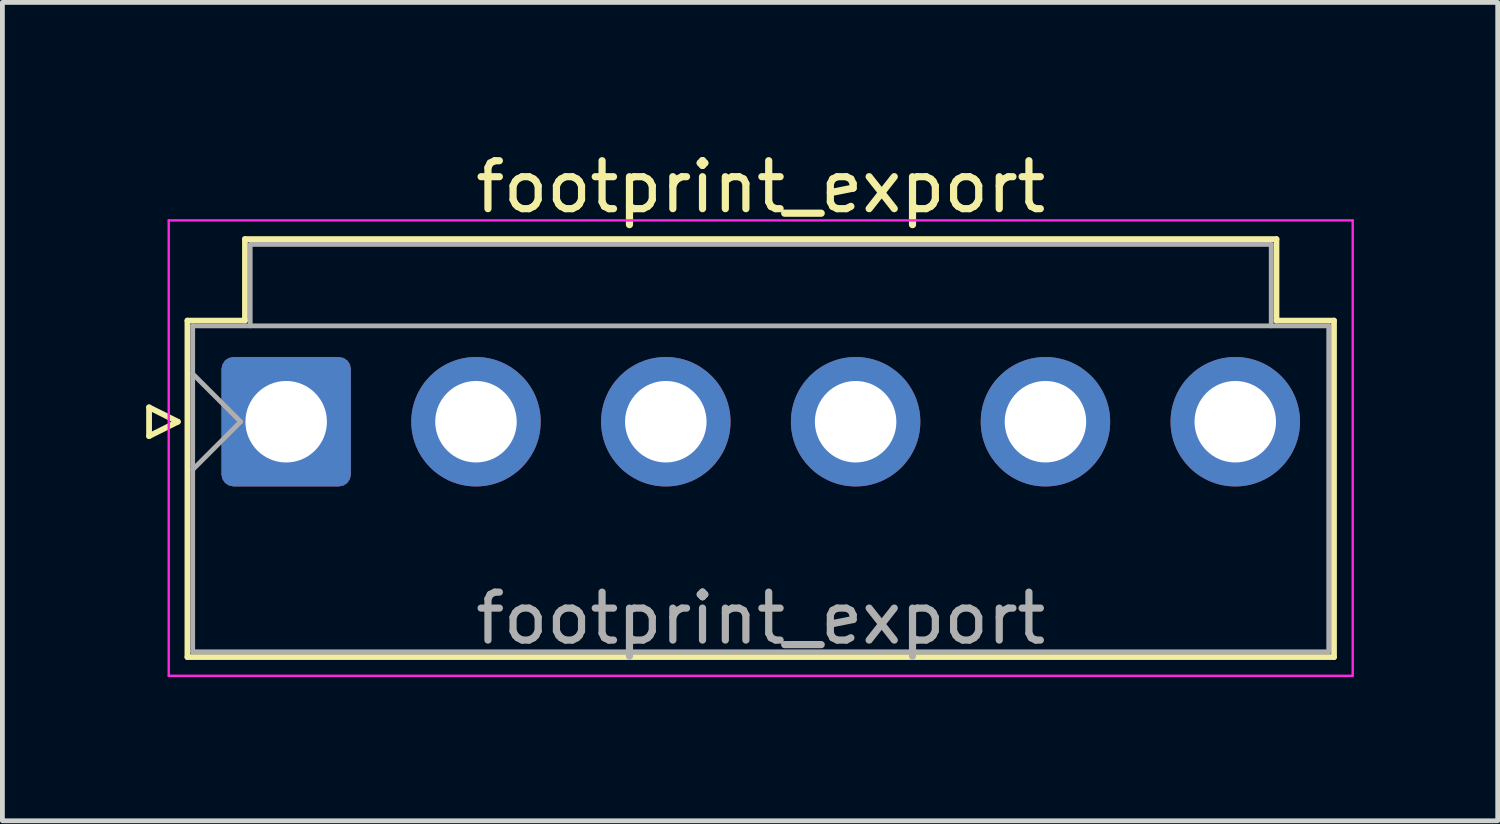
<source format=kicad_pcb>
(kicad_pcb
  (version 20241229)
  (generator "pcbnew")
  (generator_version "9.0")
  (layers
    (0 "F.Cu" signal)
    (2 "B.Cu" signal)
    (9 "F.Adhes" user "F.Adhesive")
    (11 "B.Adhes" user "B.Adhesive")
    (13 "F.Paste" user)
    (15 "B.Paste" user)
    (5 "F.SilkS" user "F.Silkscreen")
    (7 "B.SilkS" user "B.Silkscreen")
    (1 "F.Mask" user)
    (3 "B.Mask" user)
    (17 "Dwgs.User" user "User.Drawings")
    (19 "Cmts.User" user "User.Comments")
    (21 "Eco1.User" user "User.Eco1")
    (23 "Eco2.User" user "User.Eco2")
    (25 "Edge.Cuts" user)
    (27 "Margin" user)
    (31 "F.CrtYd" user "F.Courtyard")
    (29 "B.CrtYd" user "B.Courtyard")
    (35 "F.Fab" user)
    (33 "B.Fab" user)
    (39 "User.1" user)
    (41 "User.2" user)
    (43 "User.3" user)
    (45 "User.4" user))
  (footprint "footprint_export"
    (layer "F.Cu")
    (at 2.92 5.748)
    (property "Reference" "footprint_export" (at 9.9 -4.9 0) (layer "F.SilkS") (effects (font (size 1 1) (thickness 0.15))))
    (attr through_hole)
    (fp_line (start -2.86 -0.3) (end -2.26 0) (stroke (width 0.12) (type solid)) (layer "F.SilkS"))
    (fp_line (start -2.86 0.3) (end -2.86 -0.3) (stroke (width 0.12) (type solid)) (layer "F.SilkS"))
    (fp_line (start -2.26 0) (end -2.86 0.3) (stroke (width 0.12) (type solid)) (layer "F.SilkS"))
    (fp_line (start -2.06 -2.11) (end -0.86 -2.11) (stroke (width 0.12) (type solid)) (layer "F.SilkS"))
    (fp_line (start -2.06 4.91) (end -2.06 -2.11) (stroke (width 0.12) (type solid)) (layer "F.SilkS"))
    (fp_line (start -0.86 -3.81) (end 20.66 -3.81) (stroke (width 0.12) (type solid)) (layer "F.SilkS"))
    (fp_line (start -0.86 -2.11) (end -0.86 -3.81) (stroke (width 0.12) (type solid)) (layer "F.SilkS"))
    (fp_line (start 20.66 -3.81) (end 20.66 -2.11) (stroke (width 0.12) (type solid)) (layer "F.SilkS"))
    (fp_line (start 20.66 -2.11) (end 21.86 -2.11) (stroke (width 0.12) (type solid)) (layer "F.SilkS"))
    (fp_line (start 21.86 -2.11) (end 21.86 4.91) (stroke (width 0.12) (type solid)) (layer "F.SilkS"))
    (fp_line (start 21.86 4.91) (end -2.06 4.91) (stroke (width 0.12) (type solid)) (layer "F.SilkS"))
    (fp_line (start -2.45 -4.2) (end -2.45 5.3) (stroke (width 0.05) (type solid)) (layer "F.CrtYd"))
    (fp_line (start -2.45 5.3) (end 22.25 5.3) (stroke (width 0.05) (type solid)) (layer "F.CrtYd"))
    (fp_line (start 22.25 -4.2) (end -2.45 -4.2) (stroke (width 0.05) (type solid)) (layer "F.CrtYd"))
    (fp_line (start 22.25 5.3) (end 22.25 -4.2) (stroke (width 0.05) (type solid)) (layer "F.CrtYd"))
    (fp_line (start -1.95 -2) (end -1.95 4.8) (stroke (width 0.1) (type solid)) (layer "F.Fab"))
    (fp_line (start -1.95 -1) (end -0.95 0) (stroke (width 0.1) (type solid)) (layer "F.Fab"))
    (fp_line (start -1.95 1) (end -0.95 0) (stroke (width 0.1) (type solid)) (layer "F.Fab"))
    (fp_line (start -1.95 4.8) (end 21.75 4.8) (stroke (width 0.1) (type solid)) (layer "F.Fab"))
    (fp_line (start -0.75 -3.7) (end 20.55 -3.7) (stroke (width 0.1) (type solid)) (layer "F.Fab"))
    (fp_line (start -0.75 -2) (end -0.75 -3.7) (stroke (width 0.1) (type solid)) (layer "F.Fab"))
    (fp_line (start 20.55 -3.7) (end 20.55 -2) (stroke (width 0.1) (type solid)) (layer "F.Fab"))
    (fp_line (start 21.75 -2) (end -1.95 -2) (stroke (width 0.1) (type solid)) (layer "F.Fab"))
    (fp_line (start 21.75 4.8) (end 21.75 -2) (stroke (width 0.1) (type solid)) (layer "F.Fab"))
    (fp_text user "${REFERENCE}" (at 9.9 4.1 0) (layer "F.Fab") (effects (font (size 1 1) (thickness 0.15))))
    (pad "1" thru_hole roundrect (at 0 0) (size 2.7 2.7) (drill 1.7) (layers "*.Cu" "*.Mask") (roundrect_rratio 0.093))
    (pad "2" thru_hole circle (at 3.96 0) (size 2.7 2.7) (drill 1.7) (layers "*.Cu" "*.Mask"))
    (pad "3" thru_hole circle (at 7.92 0) (size 2.7 2.7) (drill 1.7) (layers "*.Cu" "*.Mask"))
    (pad "4" thru_hole circle (at 11.88 0) (size 2.7 2.7) (drill 1.7) (layers "*.Cu" "*.Mask"))
    (pad "5" thru_hole circle (at 15.84 0) (size 2.7 2.7) (drill 1.7) (layers "*.Cu" "*.Mask"))
    (pad "6" thru_hole circle (at 19.8 0) (size 2.7 2.7) (drill 1.7) (layers "*.Cu" "*.Mask")))
  (gr_rect
    (start -3 -3)
    (end 28.195 14.073)
    (stroke (width 0.1) (type default))
    (fill no)
    (layer "Edge.Cuts")))
</source>
